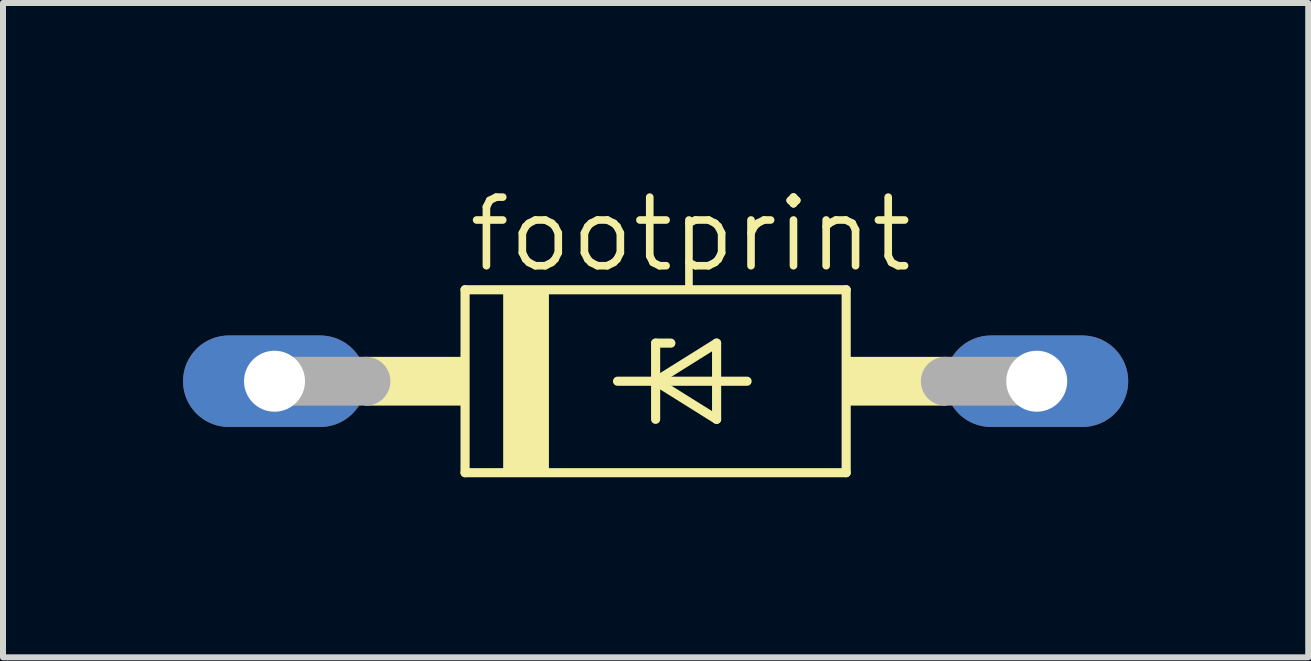
<source format=kicad_pcb>
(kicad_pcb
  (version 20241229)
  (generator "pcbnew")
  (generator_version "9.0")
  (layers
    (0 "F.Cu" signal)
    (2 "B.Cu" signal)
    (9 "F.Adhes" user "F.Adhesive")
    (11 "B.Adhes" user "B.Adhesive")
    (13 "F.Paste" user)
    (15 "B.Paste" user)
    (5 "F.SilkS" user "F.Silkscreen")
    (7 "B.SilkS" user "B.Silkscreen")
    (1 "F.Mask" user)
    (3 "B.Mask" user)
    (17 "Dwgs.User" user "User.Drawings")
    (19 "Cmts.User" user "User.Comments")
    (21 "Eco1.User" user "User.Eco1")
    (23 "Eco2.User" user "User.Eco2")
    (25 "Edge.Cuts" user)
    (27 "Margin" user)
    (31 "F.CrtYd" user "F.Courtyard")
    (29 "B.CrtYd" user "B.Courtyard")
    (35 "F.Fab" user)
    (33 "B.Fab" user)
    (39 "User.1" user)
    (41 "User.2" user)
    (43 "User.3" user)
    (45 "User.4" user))
  (footprint "footprint"
    (layer "F.Cu")
    (at 7.874 3.302)
    (property "Reference" "footprint" (at -3.175 -1.778 0) (layer "F.SilkS") (effects (font (size 1.143 1.143) (thickness 0.127)) (justify left bottom)))
    (fp_line (start -3.175 -1.524) (end -3.175 1.524) (stroke (width 0.152) (type solid)) (layer "F.SilkS"))
    (fp_line (start -3.175 1.524) (end 3.175 1.524) (stroke (width 0.152) (type solid)) (layer "F.SilkS"))
    (fp_line (start -0.635 0) (end 0 0) (stroke (width 0.152) (type solid)) (layer "F.SilkS"))
    (fp_line (start 0 -0.635) (end 0 0) (stroke (width 0.152) (type solid)) (layer "F.SilkS"))
    (fp_line (start 0 0) (end 0 0.635) (stroke (width 0.152) (type solid)) (layer "F.SilkS"))
    (fp_line (start 0 0) (end 1.016 -0.635) (stroke (width 0.152) (type solid)) (layer "F.SilkS"))
    (fp_line (start 0 0) (end 1.524 0) (stroke (width 0.152) (type solid)) (layer "F.SilkS"))
    (fp_line (start 0.254 -0.635) (end 0 -0.635) (stroke (width 0.152) (type solid)) (layer "F.SilkS"))
    (fp_line (start 1.016 -0.635) (end 1.016 0.635) (stroke (width 0.152) (type solid)) (layer "F.SilkS"))
    (fp_line (start 1.016 0.635) (end 0 0) (stroke (width 0.152) (type solid)) (layer "F.SilkS"))
    (fp_line (start 3.175 -1.524) (end -3.175 -1.524) (stroke (width 0.152) (type solid)) (layer "F.SilkS"))
    (fp_line (start 3.175 1.524) (end 3.175 -1.524) (stroke (width 0.152) (type solid)) (layer "F.SilkS"))
    (fp_poly (pts (xy -4.851 0.406) (xy -3.175 0.406) (xy -3.175 -0.406) (xy -4.851 -0.406)) (stroke (width 0) (type solid)) (fill yes) (layer "F.SilkS"))
    (fp_poly (pts (xy -2.54 1.524) (xy -1.778 1.524) (xy -1.778 -1.524) (xy -2.54 -1.524)) (stroke (width 0) (type solid)) (fill yes) (layer "F.SilkS"))
    (fp_poly (pts (xy 3.175 0.406) (xy 4.851 0.406) (xy 4.851 -0.406) (xy 3.175 -0.406)) (stroke (width 0) (type solid)) (fill yes) (layer "F.SilkS"))
    (fp_line (start -6.35 0) (end -4.826 0) (stroke (width 0.813) (type solid)) (layer "F.Fab"))
    (fp_line (start 6.35 0) (end 4.826 0) (stroke (width 0.813) (type solid)) (layer "F.Fab"))
    (pad "A" thru_hole oval (at 6.35 0) (size 3.048 1.524) (drill 1.016) (layers "*.Cu" "*.Mask"))
    (pad "C" thru_hole oval (at -6.35 0) (size 3.048 1.524) (drill 1.016) (layers "*.Cu" "*.Mask")))
  (gr_rect
    (start -3 -3)
    (end 18.748 7.902)
    (stroke (width 0.1) (type default))
    (fill no)
    (layer "Edge.Cuts")))
</source>
